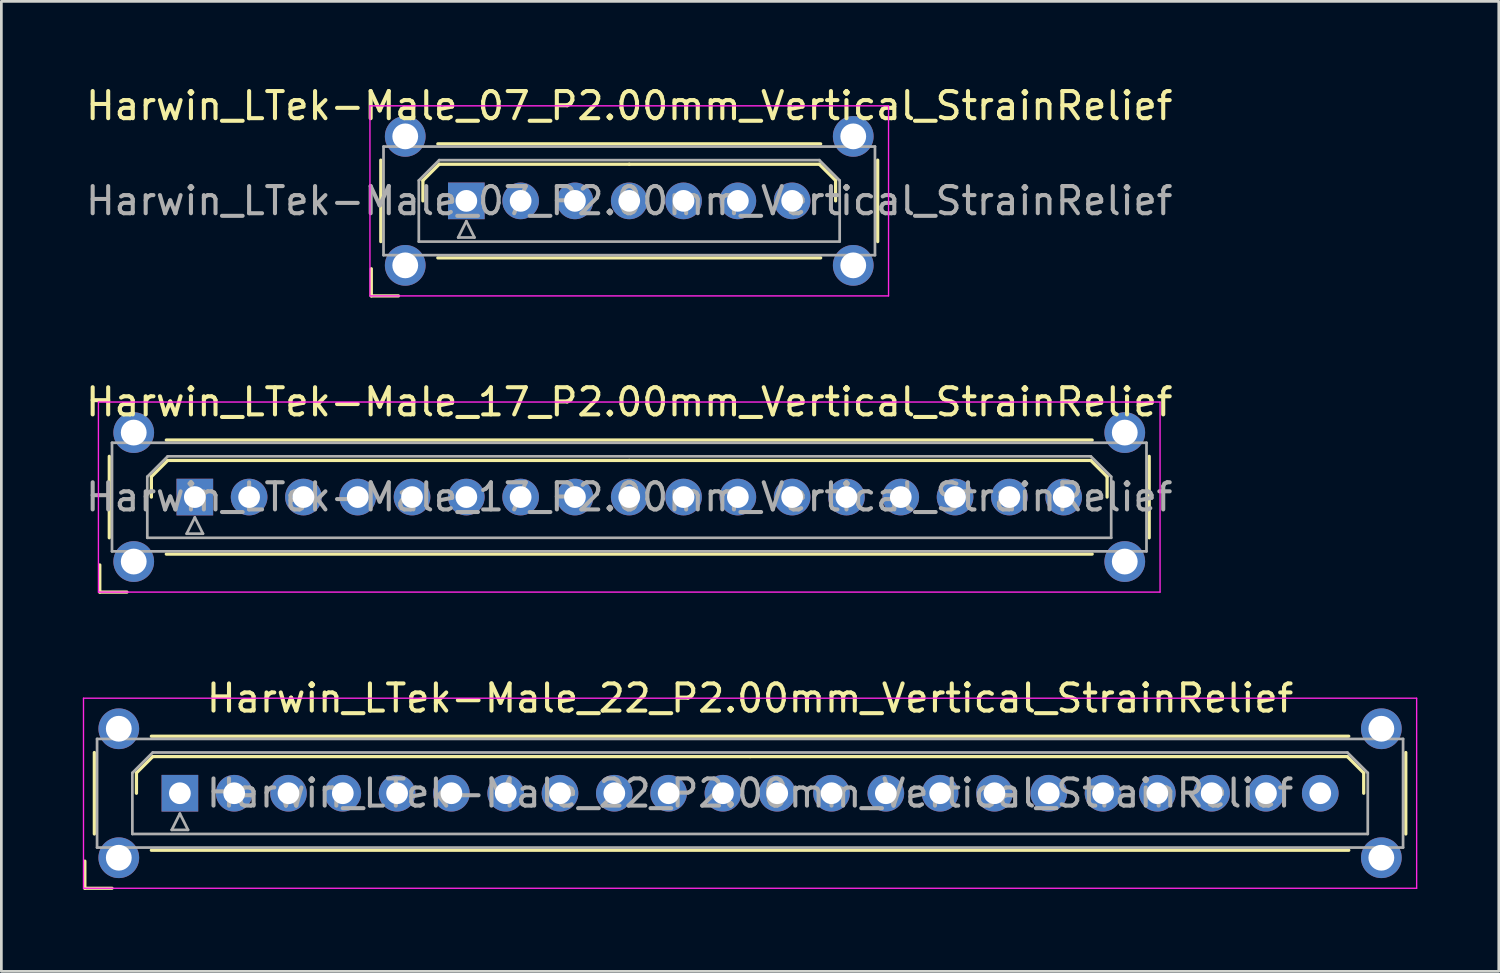
<source format=kicad_pcb>
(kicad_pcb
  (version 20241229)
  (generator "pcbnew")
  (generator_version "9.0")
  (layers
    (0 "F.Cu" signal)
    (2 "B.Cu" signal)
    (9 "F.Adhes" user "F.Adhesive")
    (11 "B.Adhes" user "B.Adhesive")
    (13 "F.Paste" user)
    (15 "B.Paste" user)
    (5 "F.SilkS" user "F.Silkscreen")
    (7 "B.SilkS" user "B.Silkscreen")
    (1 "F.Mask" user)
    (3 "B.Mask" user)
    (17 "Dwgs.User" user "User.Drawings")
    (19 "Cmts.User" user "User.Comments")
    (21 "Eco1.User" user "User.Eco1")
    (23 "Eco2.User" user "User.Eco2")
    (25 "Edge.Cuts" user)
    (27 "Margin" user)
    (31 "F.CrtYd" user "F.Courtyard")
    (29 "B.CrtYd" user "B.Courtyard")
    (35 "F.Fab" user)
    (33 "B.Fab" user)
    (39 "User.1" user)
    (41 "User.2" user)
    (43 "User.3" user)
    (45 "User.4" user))
  (footprint "Harwin_LTek-Male_07_P2.00mm_Vertical_StrainRelief"
    (layer "F.Cu")
    (at 14.125 4.348)
    (property "Reference" "Harwin_LTek-Male_07_P2.00mm_Vertical_StrainRelief" (at 6 -3.5 0) (layer "F.SilkS") (effects (font (size 1 1) (thickness 0.15))))
    (attr through_hole)
    (fp_line (start -3.5 2.5) (end -3.5 3.5) (stroke (width 0.12) (type solid)) (layer "F.SilkS"))
    (fp_line (start -3.5 3.5) (end -2.5 3.5) (stroke (width 0.12) (type solid)) (layer "F.SilkS"))
    (fp_line (start -3.15 -1.5) (end -3.15 1.5) (stroke (width 0.12) (type solid)) (layer "F.SilkS"))
    (fp_line (start -1.6 -0.75) (end -1 -1.35) (stroke (width 0.12) (type solid)) (layer "F.SilkS"))
    (fp_line (start -1.6 0) (end -1.6 -0.75) (stroke (width 0.12) (type solid)) (layer "F.SilkS"))
    (fp_line (start -1.05 -2.1) (end 13.05 -2.1) (stroke (width 0.12) (type solid)) (layer "F.SilkS"))
    (fp_line (start -1.05 2.1) (end 13.05 2.1) (stroke (width 0.12) (type solid)) (layer "F.SilkS"))
    (fp_line (start -1 -1.35) (end 6 -1.35) (stroke (width 0.12) (type solid)) (layer "F.SilkS"))
    (fp_line (start 13 -1.35) (end 6 -1.35) (stroke (width 0.12) (type solid)) (layer "F.SilkS"))
    (fp_line (start 13.6 -0.75) (end 13 -1.35) (stroke (width 0.12) (type solid)) (layer "F.SilkS"))
    (fp_line (start 13.6 0) (end 13.6 -0.75) (stroke (width 0.12) (type solid)) (layer "F.SilkS"))
    (fp_line (start 15.15 -1.5) (end 15.15 1.5) (stroke (width 0.12) (type solid)) (layer "F.SilkS"))
    (fp_line (start -3.55 -3.5) (end -3.55 3.5) (stroke (width 0.05) (type solid)) (layer "F.CrtYd"))
    (fp_line (start -3.55 3.5) (end 15.55 3.5) (stroke (width 0.05) (type solid)) (layer "F.CrtYd"))
    (fp_line (start 15.55 -3.5) (end -3.55 -3.5) (stroke (width 0.05) (type solid)) (layer "F.CrtYd"))
    (fp_line (start 15.55 3.5) (end 15.55 -3.5) (stroke (width 0.05) (type solid)) (layer "F.CrtYd"))
    (fp_line (start -3.05 -2) (end -3.05 2) (stroke (width 0.1) (type solid)) (layer "F.Fab"))
    (fp_line (start -3.05 2) (end 15.05 2) (stroke (width 0.1) (type solid)) (layer "F.Fab"))
    (fp_line (start -1.75 -0.75) (end -1 -1.5) (stroke (width 0.1) (type solid)) (layer "F.Fab"))
    (fp_line (start -1.75 1.5) (end -1.75 -0.75) (stroke (width 0.1) (type solid)) (layer "F.Fab"))
    (fp_line (start -1 -1.5) (end 13 -1.5) (stroke (width 0.1) (type solid)) (layer "F.Fab"))
    (fp_line (start -0.3 1.35) (end 0.3 1.35) (stroke (width 0.1) (type solid)) (layer "F.Fab"))
    (fp_line (start 0 0.75) (end -0.3 1.35) (stroke (width 0.1) (type solid)) (layer "F.Fab"))
    (fp_line (start 0.3 1.35) (end 0 0.75) (stroke (width 0.1) (type solid)) (layer "F.Fab"))
    (fp_line (start 13 -1.5) (end 13.75 -0.75) (stroke (width 0.1) (type solid)) (layer "F.Fab"))
    (fp_line (start 13.75 -0.75) (end 13.75 1.5) (stroke (width 0.1) (type solid)) (layer "F.Fab"))
    (fp_line (start 13.75 1.5) (end -1.75 1.5) (stroke (width 0.1) (type solid)) (layer "F.Fab"))
    (fp_line (start 15.05 -2) (end -3.05 -2) (stroke (width 0.1) (type solid)) (layer "F.Fab"))
    (fp_line (start 15.05 2) (end 15.05 -2) (stroke (width 0.1) (type solid)) (layer "F.Fab"))
    (fp_text user "${REFERENCE}" (at 6 0 0) (layer "F.Fab") (effects (font (size 1 1) (thickness 0.15))))
    (pad "" thru_hole circle (at -2.25 -2.375) (size 1.5 1.5) (drill 0.95) (layers "*.Cu" "*.Mask"))
    (pad "" thru_hole circle (at -2.25 2.375) (size 1.5 1.5) (drill 0.95) (layers "*.Cu" "*.Mask"))
    (pad "" thru_hole circle (at 14.25 -2.375) (size 1.5 1.5) (drill 0.95) (layers "*.Cu" "*.Mask"))
    (pad "" thru_hole circle (at 14.25 2.375) (size 1.5 1.5) (drill 0.95) (layers "*.Cu" "*.Mask"))
    (pad "1" thru_hole rect (at 0 0) (size 1.35 1.35) (drill 0.8) (layers "*.Cu" "*.Mask"))
    (pad "2" thru_hole circle (at 2 0) (size 1.35 1.35) (drill 0.8) (layers "*.Cu" "*.Mask"))
    (pad "3" thru_hole circle (at 4 0) (size 1.35 1.35) (drill 0.8) (layers "*.Cu" "*.Mask"))
    (pad "4" thru_hole circle (at 6 0) (size 1.35 1.35) (drill 0.8) (layers "*.Cu" "*.Mask"))
    (pad "5" thru_hole circle (at 8 0) (size 1.35 1.35) (drill 0.8) (layers "*.Cu" "*.Mask"))
    (pad "6" thru_hole circle (at 10 0) (size 1.35 1.35) (drill 0.8) (layers "*.Cu" "*.Mask"))
    (pad "7" thru_hole circle (at 12 0) (size 1.35 1.35) (drill 0.8) (layers "*.Cu" "*.Mask")))
  (footprint "Harwin_LTek-Male_22_P2.00mm_Vertical_StrainRelief"
    (layer "F.Cu")
    (at 3.575 26.165)
    (property "Reference" "Harwin_LTek-Male_22_P2.00mm_Vertical_StrainRelief" (at 21 -3.5 0) (layer "F.SilkS") (effects (font (size 1 1) (thickness 0.15))))
    (attr through_hole)
    (fp_line (start -3.5 2.5) (end -3.5 3.5) (stroke (width 0.12) (type solid)) (layer "F.SilkS"))
    (fp_line (start -3.5 3.5) (end -2.5 3.5) (stroke (width 0.12) (type solid)) (layer "F.SilkS"))
    (fp_line (start -3.15 -1.5) (end -3.15 1.5) (stroke (width 0.12) (type solid)) (layer "F.SilkS"))
    (fp_line (start -1.6 -0.75) (end -1 -1.35) (stroke (width 0.12) (type solid)) (layer "F.SilkS"))
    (fp_line (start -1.6 0) (end -1.6 -0.75) (stroke (width 0.12) (type solid)) (layer "F.SilkS"))
    (fp_line (start -1.05 -2.1) (end 43.05 -2.1) (stroke (width 0.12) (type solid)) (layer "F.SilkS"))
    (fp_line (start -1.05 2.1) (end 43.05 2.1) (stroke (width 0.12) (type solid)) (layer "F.SilkS"))
    (fp_line (start -1 -1.35) (end 21 -1.35) (stroke (width 0.12) (type solid)) (layer "F.SilkS"))
    (fp_line (start 43 -1.35) (end 21 -1.35) (stroke (width 0.12) (type solid)) (layer "F.SilkS"))
    (fp_line (start 43.6 -0.75) (end 43 -1.35) (stroke (width 0.12) (type solid)) (layer "F.SilkS"))
    (fp_line (start 43.6 0) (end 43.6 -0.75) (stroke (width 0.12) (type solid)) (layer "F.SilkS"))
    (fp_line (start 45.15 -1.5) (end 45.15 1.5) (stroke (width 0.12) (type solid)) (layer "F.SilkS"))
    (fp_line (start -3.55 -3.5) (end -3.55 3.5) (stroke (width 0.05) (type solid)) (layer "F.CrtYd"))
    (fp_line (start -3.55 3.5) (end 45.55 3.5) (stroke (width 0.05) (type solid)) (layer "F.CrtYd"))
    (fp_line (start 45.55 -3.5) (end -3.55 -3.5) (stroke (width 0.05) (type solid)) (layer "F.CrtYd"))
    (fp_line (start 45.55 3.5) (end 45.55 -3.5) (stroke (width 0.05) (type solid)) (layer "F.CrtYd"))
    (fp_line (start -3.05 -2) (end -3.05 2) (stroke (width 0.1) (type solid)) (layer "F.Fab"))
    (fp_line (start -3.05 2) (end 45.05 2) (stroke (width 0.1) (type solid)) (layer "F.Fab"))
    (fp_line (start -1.75 -0.75) (end -1 -1.5) (stroke (width 0.1) (type solid)) (layer "F.Fab"))
    (fp_line (start -1.75 1.5) (end -1.75 -0.75) (stroke (width 0.1) (type solid)) (layer "F.Fab"))
    (fp_line (start -1 -1.5) (end 43 -1.5) (stroke (width 0.1) (type solid)) (layer "F.Fab"))
    (fp_line (start -0.3 1.35) (end 0.3 1.35) (stroke (width 0.1) (type solid)) (layer "F.Fab"))
    (fp_line (start 0 0.75) (end -0.3 1.35) (stroke (width 0.1) (type solid)) (layer "F.Fab"))
    (fp_line (start 0.3 1.35) (end 0 0.75) (stroke (width 0.1) (type solid)) (layer "F.Fab"))
    (fp_line (start 43 -1.5) (end 43.75 -0.75) (stroke (width 0.1) (type solid)) (layer "F.Fab"))
    (fp_line (start 43.75 -0.75) (end 43.75 1.5) (stroke (width 0.1) (type solid)) (layer "F.Fab"))
    (fp_line (start 43.75 1.5) (end -1.75 1.5) (stroke (width 0.1) (type solid)) (layer "F.Fab"))
    (fp_line (start 45.05 -2) (end -3.05 -2) (stroke (width 0.1) (type solid)) (layer "F.Fab"))
    (fp_line (start 45.05 2) (end 45.05 -2) (stroke (width 0.1) (type solid)) (layer "F.Fab"))
    (fp_text user "${REFERENCE}" (at 21 0 0) (layer "F.Fab") (effects (font (size 1 1) (thickness 0.15))))
    (pad "" thru_hole circle (at -2.25 -2.375) (size 1.5 1.5) (drill 0.95) (layers "*.Cu" "*.Mask"))
    (pad "" thru_hole circle (at -2.25 2.375) (size 1.5 1.5) (drill 0.95) (layers "*.Cu" "*.Mask"))
    (pad "" thru_hole circle (at 44.25 -2.375) (size 1.5 1.5) (drill 0.95) (layers "*.Cu" "*.Mask"))
    (pad "" thru_hole circle (at 44.25 2.375) (size 1.5 1.5) (drill 0.95) (layers "*.Cu" "*.Mask"))
    (pad "1" thru_hole rect (at 0 0) (size 1.35 1.35) (drill 0.8) (layers "*.Cu" "*.Mask"))
    (pad "2" thru_hole circle (at 2 0) (size 1.35 1.35) (drill 0.8) (layers "*.Cu" "*.Mask"))
    (pad "3" thru_hole circle (at 4 0) (size 1.35 1.35) (drill 0.8) (layers "*.Cu" "*.Mask"))
    (pad "4" thru_hole circle (at 6 0) (size 1.35 1.35) (drill 0.8) (layers "*.Cu" "*.Mask"))
    (pad "5" thru_hole circle (at 8 0) (size 1.35 1.35) (drill 0.8) (layers "*.Cu" "*.Mask"))
    (pad "6" thru_hole circle (at 10 0) (size 1.35 1.35) (drill 0.8) (layers "*.Cu" "*.Mask"))
    (pad "7" thru_hole circle (at 12 0) (size 1.35 1.35) (drill 0.8) (layers "*.Cu" "*.Mask"))
    (pad "8" thru_hole circle (at 14 0) (size 1.35 1.35) (drill 0.8) (layers "*.Cu" "*.Mask"))
    (pad "9" thru_hole circle (at 16 0) (size 1.35 1.35) (drill 0.8) (layers "*.Cu" "*.Mask"))
    (pad "10" thru_hole circle (at 18 0) (size 1.35 1.35) (drill 0.8) (layers "*.Cu" "*.Mask"))
    (pad "11" thru_hole circle (at 20 0) (size 1.35 1.35) (drill 0.8) (layers "*.Cu" "*.Mask"))
    (pad "12" thru_hole circle (at 22 0) (size 1.35 1.35) (drill 0.8) (layers "*.Cu" "*.Mask"))
    (pad "13" thru_hole circle (at 24 0) (size 1.35 1.35) (drill 0.8) (layers "*.Cu" "*.Mask"))
    (pad "14" thru_hole circle (at 26 0) (size 1.35 1.35) (drill 0.8) (layers "*.Cu" "*.Mask"))
    (pad "15" thru_hole circle (at 28 0) (size 1.35 1.35) (drill 0.8) (layers "*.Cu" "*.Mask"))
    (pad "16" thru_hole circle (at 30 0) (size 1.35 1.35) (drill 0.8) (layers "*.Cu" "*.Mask"))
    (pad "17" thru_hole circle (at 32 0) (size 1.35 1.35) (drill 0.8) (layers "*.Cu" "*.Mask"))
    (pad "18" thru_hole circle (at 34 0) (size 1.35 1.35) (drill 0.8) (layers "*.Cu" "*.Mask"))
    (pad "19" thru_hole circle (at 36 0) (size 1.35 1.35) (drill 0.8) (layers "*.Cu" "*.Mask"))
    (pad "20" thru_hole circle (at 38 0) (size 1.35 1.35) (drill 0.8) (layers "*.Cu" "*.Mask"))
    (pad "21" thru_hole circle (at 40 0) (size 1.35 1.35) (drill 0.8) (layers "*.Cu" "*.Mask"))
    (pad "22" thru_hole circle (at 42 0) (size 1.35 1.35) (drill 0.8) (layers "*.Cu" "*.Mask")))
  (footprint "Harwin_LTek-Male_17_P2.00mm_Vertical_StrainRelief"
    (layer "F.Cu")
    (at 4.125 15.257)
    (property "Reference" "Harwin_LTek-Male_17_P2.00mm_Vertical_StrainRelief" (at 16 -3.5 0) (layer "F.SilkS") (effects (font (size 1 1) (thickness 0.15))))
    (attr through_hole)
    (fp_line (start -3.5 2.5) (end -3.5 3.5) (stroke (width 0.12) (type solid)) (layer "F.SilkS"))
    (fp_line (start -3.5 3.5) (end -2.5 3.5) (stroke (width 0.12) (type solid)) (layer "F.SilkS"))
    (fp_line (start -3.15 -1.5) (end -3.15 1.5) (stroke (width 0.12) (type solid)) (layer "F.SilkS"))
    (fp_line (start -1.6 -0.75) (end -1 -1.35) (stroke (width 0.12) (type solid)) (layer "F.SilkS"))
    (fp_line (start -1.6 0) (end -1.6 -0.75) (stroke (width 0.12) (type solid)) (layer "F.SilkS"))
    (fp_line (start -1.05 -2.1) (end 33.05 -2.1) (stroke (width 0.12) (type solid)) (layer "F.SilkS"))
    (fp_line (start -1.05 2.1) (end 33.05 2.1) (stroke (width 0.12) (type solid)) (layer "F.SilkS"))
    (fp_line (start -1 -1.35) (end 16 -1.35) (stroke (width 0.12) (type solid)) (layer "F.SilkS"))
    (fp_line (start 33 -1.35) (end 16 -1.35) (stroke (width 0.12) (type solid)) (layer "F.SilkS"))
    (fp_line (start 33.6 -0.75) (end 33 -1.35) (stroke (width 0.12) (type solid)) (layer "F.SilkS"))
    (fp_line (start 33.6 0) (end 33.6 -0.75) (stroke (width 0.12) (type solid)) (layer "F.SilkS"))
    (fp_line (start 35.15 -1.5) (end 35.15 1.5) (stroke (width 0.12) (type solid)) (layer "F.SilkS"))
    (fp_line (start -3.55 -3.5) (end -3.55 3.5) (stroke (width 0.05) (type solid)) (layer "F.CrtYd"))
    (fp_line (start -3.55 3.5) (end 35.55 3.5) (stroke (width 0.05) (type solid)) (layer "F.CrtYd"))
    (fp_line (start 35.55 -3.5) (end -3.55 -3.5) (stroke (width 0.05) (type solid)) (layer "F.CrtYd"))
    (fp_line (start 35.55 3.5) (end 35.55 -3.5) (stroke (width 0.05) (type solid)) (layer "F.CrtYd"))
    (fp_line (start -3.05 -2) (end -3.05 2) (stroke (width 0.1) (type solid)) (layer "F.Fab"))
    (fp_line (start -3.05 2) (end 35.05 2) (stroke (width 0.1) (type solid)) (layer "F.Fab"))
    (fp_line (start -1.75 -0.75) (end -1 -1.5) (stroke (width 0.1) (type solid)) (layer "F.Fab"))
    (fp_line (start -1.75 1.5) (end -1.75 -0.75) (stroke (width 0.1) (type solid)) (layer "F.Fab"))
    (fp_line (start -1 -1.5) (end 33 -1.5) (stroke (width 0.1) (type solid)) (layer "F.Fab"))
    (fp_line (start -0.3 1.35) (end 0.3 1.35) (stroke (width 0.1) (type solid)) (layer "F.Fab"))
    (fp_line (start 0 0.75) (end -0.3 1.35) (stroke (width 0.1) (type solid)) (layer "F.Fab"))
    (fp_line (start 0.3 1.35) (end 0 0.75) (stroke (width 0.1) (type solid)) (layer "F.Fab"))
    (fp_line (start 33 -1.5) (end 33.75 -0.75) (stroke (width 0.1) (type solid)) (layer "F.Fab"))
    (fp_line (start 33.75 -0.75) (end 33.75 1.5) (stroke (width 0.1) (type solid)) (layer "F.Fab"))
    (fp_line (start 33.75 1.5) (end -1.75 1.5) (stroke (width 0.1) (type solid)) (layer "F.Fab"))
    (fp_line (start 35.05 -2) (end -3.05 -2) (stroke (width 0.1) (type solid)) (layer "F.Fab"))
    (fp_line (start 35.05 2) (end 35.05 -2) (stroke (width 0.1) (type solid)) (layer "F.Fab"))
    (fp_text user "${REFERENCE}" (at 16 0 0) (layer "F.Fab") (effects (font (size 1 1) (thickness 0.15))))
    (pad "" thru_hole circle (at -2.25 -2.375) (size 1.5 1.5) (drill 0.95) (layers "*.Cu" "*.Mask"))
    (pad "" thru_hole circle (at -2.25 2.375) (size 1.5 1.5) (drill 0.95) (layers "*.Cu" "*.Mask"))
    (pad "" thru_hole circle (at 34.25 -2.375) (size 1.5 1.5) (drill 0.95) (layers "*.Cu" "*.Mask"))
    (pad "" thru_hole circle (at 34.25 2.375) (size 1.5 1.5) (drill 0.95) (layers "*.Cu" "*.Mask"))
    (pad "1" thru_hole rect (at 0 0) (size 1.35 1.35) (drill 0.8) (layers "*.Cu" "*.Mask"))
    (pad "2" thru_hole circle (at 2 0) (size 1.35 1.35) (drill 0.8) (layers "*.Cu" "*.Mask"))
    (pad "3" thru_hole circle (at 4 0) (size 1.35 1.35) (drill 0.8) (layers "*.Cu" "*.Mask"))
    (pad "4" thru_hole circle (at 6 0) (size 1.35 1.35) (drill 0.8) (layers "*.Cu" "*.Mask"))
    (pad "5" thru_hole circle (at 8 0) (size 1.35 1.35) (drill 0.8) (layers "*.Cu" "*.Mask"))
    (pad "6" thru_hole circle (at 10 0) (size 1.35 1.35) (drill 0.8) (layers "*.Cu" "*.Mask"))
    (pad "7" thru_hole circle (at 12 0) (size 1.35 1.35) (drill 0.8) (layers "*.Cu" "*.Mask"))
    (pad "8" thru_hole circle (at 14 0) (size 1.35 1.35) (drill 0.8) (layers "*.Cu" "*.Mask"))
    (pad "9" thru_hole circle (at 16 0) (size 1.35 1.35) (drill 0.8) (layers "*.Cu" "*.Mask"))
    (pad "10" thru_hole circle (at 18 0) (size 1.35 1.35) (drill 0.8) (layers "*.Cu" "*.Mask"))
    (pad "11" thru_hole circle (at 20 0) (size 1.35 1.35) (drill 0.8) (layers "*.Cu" "*.Mask"))
    (pad "12" thru_hole circle (at 22 0) (size 1.35 1.35) (drill 0.8) (layers "*.Cu" "*.Mask"))
    (pad "13" thru_hole circle (at 24 0) (size 1.35 1.35) (drill 0.8) (layers "*.Cu" "*.Mask"))
    (pad "14" thru_hole circle (at 26 0) (size 1.35 1.35) (drill 0.8) (layers "*.Cu" "*.Mask"))
    (pad "15" thru_hole circle (at 28 0) (size 1.35 1.35) (drill 0.8) (layers "*.Cu" "*.Mask"))
    (pad "16" thru_hole circle (at 30 0) (size 1.35 1.35) (drill 0.8) (layers "*.Cu" "*.Mask"))
    (pad "17" thru_hole circle (at 32 0) (size 1.35 1.35) (drill 0.8) (layers "*.Cu" "*.Mask")))
  (gr_rect
    (start -3 -3)
    (end 52.15 32.725)
    (stroke (width 0.1) (type default))
    (fill no)
    (layer "Edge.Cuts")))
</source>
